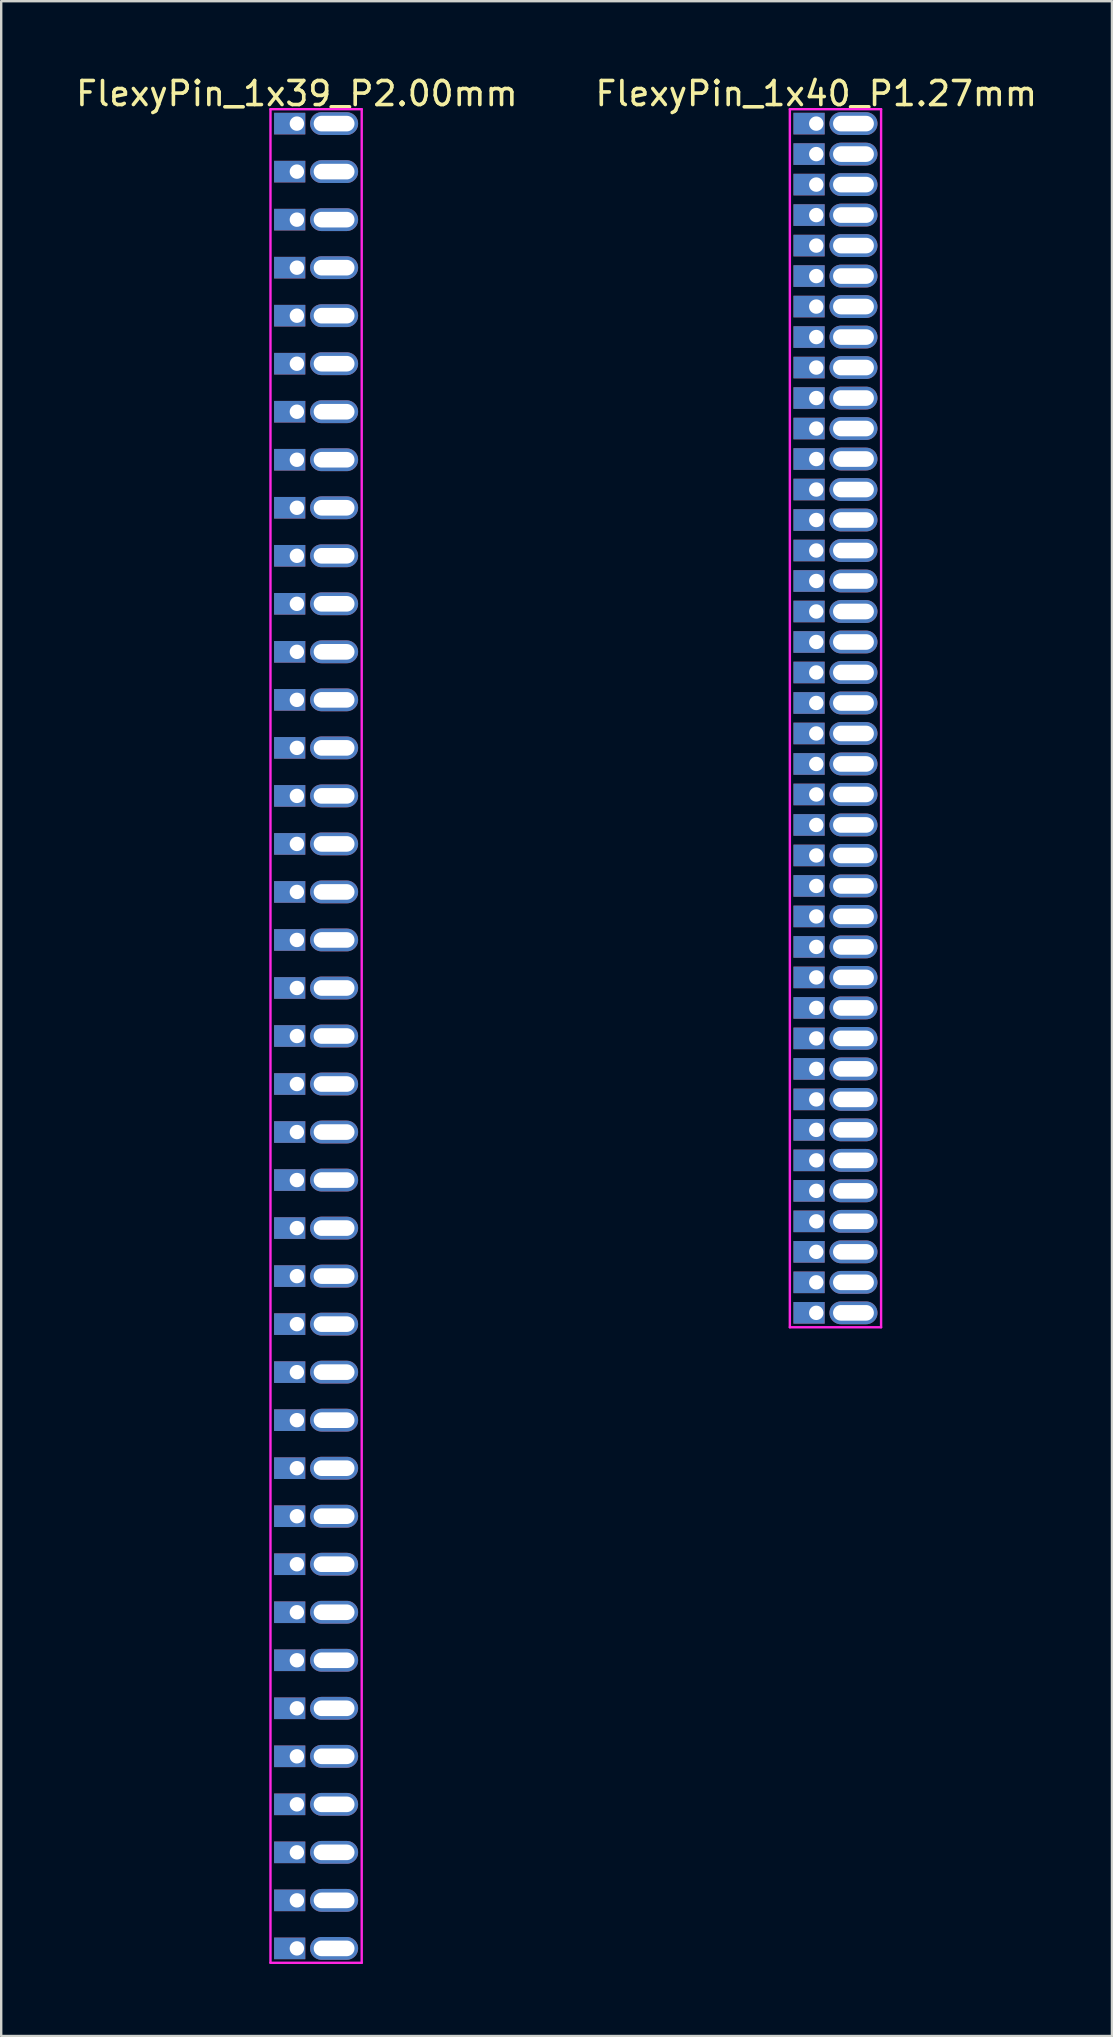
<source format=kicad_pcb>
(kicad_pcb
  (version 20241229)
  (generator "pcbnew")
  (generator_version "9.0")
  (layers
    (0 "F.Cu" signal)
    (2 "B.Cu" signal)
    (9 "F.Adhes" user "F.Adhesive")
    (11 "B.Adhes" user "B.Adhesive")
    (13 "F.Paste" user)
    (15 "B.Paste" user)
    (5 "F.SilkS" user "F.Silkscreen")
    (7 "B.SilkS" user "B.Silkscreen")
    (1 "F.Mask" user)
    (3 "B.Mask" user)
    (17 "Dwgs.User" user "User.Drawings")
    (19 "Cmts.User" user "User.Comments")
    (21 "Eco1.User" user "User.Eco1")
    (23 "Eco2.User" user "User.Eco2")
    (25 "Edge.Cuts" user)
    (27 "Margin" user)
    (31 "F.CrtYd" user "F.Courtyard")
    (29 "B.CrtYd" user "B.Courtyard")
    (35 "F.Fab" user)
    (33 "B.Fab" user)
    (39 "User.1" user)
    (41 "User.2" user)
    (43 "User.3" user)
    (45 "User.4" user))
  (footprint "FlexyPin_1x39_P2.00mm"
    (layer "F.Cu")
    (at 9.315 2.098)
    (property "Reference" "FlexyPin_1x39_P2.00mm" (at 0 -1.25 0) (layer "F.SilkS") (effects (font (size 1 1) (thickness 0.15))))
    (attr through_hole)
    (fp_line (start -1.1 -0.6) (end 2.7 -0.6) (stroke (width 0.1) (type solid)) (layer "F.CrtYd"))
    (fp_line (start -1.1 76.6) (end -1.1 -0.6) (stroke (width 0.1) (type solid)) (layer "F.CrtYd"))
    (fp_line (start 2.7 -0.6) (end 2.7 76.6) (stroke (width 0.1) (type solid)) (layer "F.CrtYd"))
    (fp_line (start 2.7 76.6) (end -1.1 76.6) (stroke (width 0.1) (type solid)) (layer "F.CrtYd"))
    (pad "" thru_hole oval (at 1.55 0) (size 2 0.95) (drill oval 1.7 0.65) (layers "*.Cu" "*.Mask"))
    (pad "" thru_hole oval (at 1.55 2) (size 2 0.95) (drill oval 1.7 0.65) (layers "*.Cu" "*.Mask"))
    (pad "" thru_hole oval (at 1.55 4) (size 2 0.95) (drill oval 1.7 0.65) (layers "*.Cu" "*.Mask"))
    (pad "" thru_hole oval (at 1.55 6) (size 2 0.95) (drill oval 1.7 0.65) (layers "*.Cu" "*.Mask"))
    (pad "" thru_hole oval (at 1.55 8) (size 2 0.95) (drill oval 1.7 0.65) (layers "*.Cu" "*.Mask"))
    (pad "" thru_hole oval (at 1.55 10) (size 2 0.95) (drill oval 1.7 0.65) (layers "*.Cu" "*.Mask"))
    (pad "" thru_hole oval (at 1.55 12) (size 2 0.95) (drill oval 1.7 0.65) (layers "*.Cu" "*.Mask"))
    (pad "" thru_hole oval (at 1.55 14) (size 2 0.95) (drill oval 1.7 0.65) (layers "*.Cu" "*.Mask"))
    (pad "" thru_hole oval (at 1.55 16) (size 2 0.95) (drill oval 1.7 0.65) (layers "*.Cu" "*.Mask"))
    (pad "" thru_hole oval (at 1.55 18) (size 2 0.95) (drill oval 1.7 0.65) (layers "*.Cu" "*.Mask"))
    (pad "" thru_hole oval (at 1.55 20) (size 2 0.95) (drill oval 1.7 0.65) (layers "*.Cu" "*.Mask"))
    (pad "" thru_hole oval (at 1.55 22) (size 2 0.95) (drill oval 1.7 0.65) (layers "*.Cu" "*.Mask"))
    (pad "" thru_hole oval (at 1.55 24) (size 2 0.95) (drill oval 1.7 0.65) (layers "*.Cu" "*.Mask"))
    (pad "" thru_hole oval (at 1.55 26) (size 2 0.95) (drill oval 1.7 0.65) (layers "*.Cu" "*.Mask"))
    (pad "" thru_hole oval (at 1.55 28) (size 2 0.95) (drill oval 1.7 0.65) (layers "*.Cu" "*.Mask"))
    (pad "" thru_hole oval (at 1.55 30) (size 2 0.95) (drill oval 1.7 0.65) (layers "*.Cu" "*.Mask"))
    (pad "" thru_hole oval (at 1.55 32) (size 2 0.95) (drill oval 1.7 0.65) (layers "*.Cu" "*.Mask"))
    (pad "" thru_hole oval (at 1.55 34) (size 2 0.95) (drill oval 1.7 0.65) (layers "*.Cu" "*.Mask"))
    (pad "" thru_hole oval (at 1.55 36) (size 2 0.95) (drill oval 1.7 0.65) (layers "*.Cu" "*.Mask"))
    (pad "" thru_hole oval (at 1.55 38) (size 2 0.95) (drill oval 1.7 0.65) (layers "*.Cu" "*.Mask"))
    (pad "" thru_hole oval (at 1.55 40) (size 2 0.95) (drill oval 1.7 0.65) (layers "*.Cu" "*.Mask"))
    (pad "" thru_hole oval (at 1.55 42) (size 2 0.95) (drill oval 1.7 0.65) (layers "*.Cu" "*.Mask"))
    (pad "" thru_hole oval (at 1.55 44) (size 2 0.95) (drill oval 1.7 0.65) (layers "*.Cu" "*.Mask"))
    (pad "" thru_hole oval (at 1.55 46) (size 2 0.95) (drill oval 1.7 0.65) (layers "*.Cu" "*.Mask"))
    (pad "" thru_hole oval (at 1.55 48) (size 2 0.95) (drill oval 1.7 0.65) (layers "*.Cu" "*.Mask"))
    (pad "" thru_hole oval (at 1.55 50) (size 2 0.95) (drill oval 1.7 0.65) (layers "*.Cu" "*.Mask"))
    (pad "" thru_hole oval (at 1.55 52) (size 2 0.95) (drill oval 1.7 0.65) (layers "*.Cu" "*.Mask"))
    (pad "" thru_hole oval (at 1.55 54) (size 2 0.95) (drill oval 1.7 0.65) (layers "*.Cu" "*.Mask"))
    (pad "" thru_hole oval (at 1.55 56) (size 2 0.95) (drill oval 1.7 0.65) (layers "*.Cu" "*.Mask"))
    (pad "" thru_hole oval (at 1.55 58) (size 2 0.95) (drill oval 1.7 0.65) (layers "*.Cu" "*.Mask"))
    (pad "" thru_hole oval (at 1.55 60) (size 2 0.95) (drill oval 1.7 0.65) (layers "*.Cu" "*.Mask"))
    (pad "" thru_hole oval (at 1.55 62) (size 2 0.95) (drill oval 1.7 0.65) (layers "*.Cu" "*.Mask"))
    (pad "" thru_hole oval (at 1.55 64) (size 2 0.95) (drill oval 1.7 0.65) (layers "*.Cu" "*.Mask"))
    (pad "" thru_hole oval (at 1.55 66) (size 2 0.95) (drill oval 1.7 0.65) (layers "*.Cu" "*.Mask"))
    (pad "" thru_hole oval (at 1.55 68) (size 2 0.95) (drill oval 1.7 0.65) (layers "*.Cu" "*.Mask"))
    (pad "" thru_hole oval (at 1.55 70) (size 2 0.95) (drill oval 1.7 0.65) (layers "*.Cu" "*.Mask"))
    (pad "" thru_hole oval (at 1.55 72) (size 2 0.95) (drill oval 1.7 0.65) (layers "*.Cu" "*.Mask"))
    (pad "" thru_hole oval (at 1.55 74) (size 2 0.95) (drill oval 1.7 0.65) (layers "*.Cu" "*.Mask"))
    (pad "" thru_hole oval (at 1.55 76) (size 2 0.95) (drill oval 1.7 0.65) (layers "*.Cu" "*.Mask"))
    (pad "1" thru_hole rect (at 0 0) (size 1.3 0.9) (drill 0.6 (offset -0.3 0)) (layers "*.Cu" "*.Mask"))
    (pad "2" thru_hole rect (at 0 2) (size 1.3 0.9) (drill 0.6 (offset -0.3 0)) (layers "*.Cu" "*.Mask"))
    (pad "3" thru_hole rect (at 0 4) (size 1.3 0.9) (drill 0.6 (offset -0.3 0)) (layers "*.Cu" "*.Mask"))
    (pad "4" thru_hole rect (at 0 6) (size 1.3 0.9) (drill 0.6 (offset -0.3 0)) (layers "*.Cu" "*.Mask"))
    (pad "5" thru_hole rect (at 0 8) (size 1.3 0.9) (drill 0.6 (offset -0.3 0)) (layers "*.Cu" "*.Mask"))
    (pad "6" thru_hole rect (at 0 10) (size 1.3 0.9) (drill 0.6 (offset -0.3 0)) (layers "*.Cu" "*.Mask"))
    (pad "7" thru_hole rect (at 0 12) (size 1.3 0.9) (drill 0.6 (offset -0.3 0)) (layers "*.Cu" "*.Mask"))
    (pad "8" thru_hole rect (at 0 14) (size 1.3 0.9) (drill 0.6 (offset -0.3 0)) (layers "*.Cu" "*.Mask"))
    (pad "9" thru_hole rect (at 0 16) (size 1.3 0.9) (drill 0.6 (offset -0.3 0)) (layers "*.Cu" "*.Mask"))
    (pad "10" thru_hole rect (at 0 18) (size 1.3 0.9) (drill 0.6 (offset -0.3 0)) (layers "*.Cu" "*.Mask"))
    (pad "11" thru_hole rect (at 0 20) (size 1.3 0.9) (drill 0.6 (offset -0.3 0)) (layers "*.Cu" "*.Mask"))
    (pad "12" thru_hole rect (at 0 22) (size 1.3 0.9) (drill 0.6 (offset -0.3 0)) (layers "*.Cu" "*.Mask"))
    (pad "13" thru_hole rect (at 0 24) (size 1.3 0.9) (drill 0.6 (offset -0.3 0)) (layers "*.Cu" "*.Mask"))
    (pad "14" thru_hole rect (at 0 26) (size 1.3 0.9) (drill 0.6 (offset -0.3 0)) (layers "*.Cu" "*.Mask"))
    (pad "15" thru_hole rect (at 0 28) (size 1.3 0.9) (drill 0.6 (offset -0.3 0)) (layers "*.Cu" "*.Mask"))
    (pad "16" thru_hole rect (at 0 30) (size 1.3 0.9) (drill 0.6 (offset -0.3 0)) (layers "*.Cu" "*.Mask"))
    (pad "17" thru_hole rect (at 0 32) (size 1.3 0.9) (drill 0.6 (offset -0.3 0)) (layers "*.Cu" "*.Mask"))
    (pad "18" thru_hole rect (at 0 34) (size 1.3 0.9) (drill 0.6 (offset -0.3 0)) (layers "*.Cu" "*.Mask"))
    (pad "19" thru_hole rect (at 0 36) (size 1.3 0.9) (drill 0.6 (offset -0.3 0)) (layers "*.Cu" "*.Mask"))
    (pad "20" thru_hole rect (at 0 38) (size 1.3 0.9) (drill 0.6 (offset -0.3 0)) (layers "*.Cu" "*.Mask"))
    (pad "21" thru_hole rect (at 0 40) (size 1.3 0.9) (drill 0.6 (offset -0.3 0)) (layers "*.Cu" "*.Mask"))
    (pad "22" thru_hole rect (at 0 42) (size 1.3 0.9) (drill 0.6 (offset -0.3 0)) (layers "*.Cu" "*.Mask"))
    (pad "23" thru_hole rect (at 0 44) (size 1.3 0.9) (drill 0.6 (offset -0.3 0)) (layers "*.Cu" "*.Mask"))
    (pad "24" thru_hole rect (at 0 46) (size 1.3 0.9) (drill 0.6 (offset -0.3 0)) (layers "*.Cu" "*.Mask"))
    (pad "25" thru_hole rect (at 0 48) (size 1.3 0.9) (drill 0.6 (offset -0.3 0)) (layers "*.Cu" "*.Mask"))
    (pad "26" thru_hole rect (at 0 50) (size 1.3 0.9) (drill 0.6 (offset -0.3 0)) (layers "*.Cu" "*.Mask"))
    (pad "27" thru_hole rect (at 0 52) (size 1.3 0.9) (drill 0.6 (offset -0.3 0)) (layers "*.Cu" "*.Mask"))
    (pad "28" thru_hole rect (at 0 54) (size 1.3 0.9) (drill 0.6 (offset -0.3 0)) (layers "*.Cu" "*.Mask"))
    (pad "29" thru_hole rect (at 0 56) (size 1.3 0.9) (drill 0.6 (offset -0.3 0)) (layers "*.Cu" "*.Mask"))
    (pad "30" thru_hole rect (at 0 58) (size 1.3 0.9) (drill 0.6 (offset -0.3 0)) (layers "*.Cu" "*.Mask"))
    (pad "31" thru_hole rect (at 0 60) (size 1.3 0.9) (drill 0.6 (offset -0.3 0)) (layers "*.Cu" "*.Mask"))
    (pad "32" thru_hole rect (at 0 62) (size 1.3 0.9) (drill 0.6 (offset -0.3 0)) (layers "*.Cu" "*.Mask"))
    (pad "33" thru_hole rect (at 0 64) (size 1.3 0.9) (drill 0.6 (offset -0.3 0)) (layers "*.Cu" "*.Mask"))
    (pad "34" thru_hole rect (at 0 66) (size 1.3 0.9) (drill 0.6 (offset -0.3 0)) (layers "*.Cu" "*.Mask"))
    (pad "35" thru_hole rect (at 0 68) (size 1.3 0.9) (drill 0.6 (offset -0.3 0)) (layers "*.Cu" "*.Mask"))
    (pad "36" thru_hole rect (at 0 70) (size 1.3 0.9) (drill 0.6 (offset -0.3 0)) (layers "*.Cu" "*.Mask"))
    (pad "37" thru_hole rect (at 0 72) (size 1.3 0.9) (drill 0.6 (offset -0.3 0)) (layers "*.Cu" "*.Mask"))
    (pad "38" thru_hole rect (at 0 74) (size 1.3 0.9) (drill 0.6 (offset -0.3 0)) (layers "*.Cu" "*.Mask"))
    (pad "39" thru_hole rect (at 0 76) (size 1.3 0.9) (drill 0.6 (offset -0.3 0)) (layers "*.Cu" "*.Mask")))
  (footprint "FlexyPin_1x40_P1.27mm"
    (layer "F.Cu")
    (at 30.946 2.098)
    (property "Reference" "FlexyPin_1x40_P1.27mm" (at 0 -1.25 0) (layer "F.SilkS") (effects (font (size 1 1) (thickness 0.15))))
    (attr through_hole)
    (fp_line (start -1.1 -0.6) (end 2.7 -0.6) (stroke (width 0.1) (type solid)) (layer "F.CrtYd"))
    (fp_line (start -1.1 50.13) (end -1.1 -0.6) (stroke (width 0.1) (type solid)) (layer "F.CrtYd"))
    (fp_line (start 2.7 -0.6) (end 2.7 50.13) (stroke (width 0.1) (type solid)) (layer "F.CrtYd"))
    (fp_line (start 2.7 50.13) (end -1.1 50.13) (stroke (width 0.1) (type solid)) (layer "F.CrtYd"))
    (pad "" thru_hole oval (at 1.55 0) (size 2 0.95) (drill oval 1.7 0.65) (layers "*.Cu" "*.Mask"))
    (pad "" thru_hole oval (at 1.55 1.27) (size 2 0.95) (drill oval 1.7 0.65) (layers "*.Cu" "*.Mask"))
    (pad "" thru_hole oval (at 1.55 2.54) (size 2 0.95) (drill oval 1.7 0.65) (layers "*.Cu" "*.Mask"))
    (pad "" thru_hole oval (at 1.55 3.81) (size 2 0.95) (drill oval 1.7 0.65) (layers "*.Cu" "*.Mask"))
    (pad "" thru_hole oval (at 1.55 5.08) (size 2 0.95) (drill oval 1.7 0.65) (layers "*.Cu" "*.Mask"))
    (pad "" thru_hole oval (at 1.55 6.35) (size 2 0.95) (drill oval 1.7 0.65) (layers "*.Cu" "*.Mask"))
    (pad "" thru_hole oval (at 1.55 7.62) (size 2 0.95) (drill oval 1.7 0.65) (layers "*.Cu" "*.Mask"))
    (pad "" thru_hole oval (at 1.55 8.89) (size 2 0.95) (drill oval 1.7 0.65) (layers "*.Cu" "*.Mask"))
    (pad "" thru_hole oval (at 1.55 10.16) (size 2 0.95) (drill oval 1.7 0.65) (layers "*.Cu" "*.Mask"))
    (pad "" thru_hole oval (at 1.55 11.43) (size 2 0.95) (drill oval 1.7 0.65) (layers "*.Cu" "*.Mask"))
    (pad "" thru_hole oval (at 1.55 12.7) (size 2 0.95) (drill oval 1.7 0.65) (layers "*.Cu" "*.Mask"))
    (pad "" thru_hole oval (at 1.55 13.97) (size 2 0.95) (drill oval 1.7 0.65) (layers "*.Cu" "*.Mask"))
    (pad "" thru_hole oval (at 1.55 15.24) (size 2 0.95) (drill oval 1.7 0.65) (layers "*.Cu" "*.Mask"))
    (pad "" thru_hole oval (at 1.55 16.51) (size 2 0.95) (drill oval 1.7 0.65) (layers "*.Cu" "*.Mask"))
    (pad "" thru_hole oval (at 1.55 17.78) (size 2 0.95) (drill oval 1.7 0.65) (layers "*.Cu" "*.Mask"))
    (pad "" thru_hole oval (at 1.55 19.05) (size 2 0.95) (drill oval 1.7 0.65) (layers "*.Cu" "*.Mask"))
    (pad "" thru_hole oval (at 1.55 20.32) (size 2 0.95) (drill oval 1.7 0.65) (layers "*.Cu" "*.Mask"))
    (pad "" thru_hole oval (at 1.55 21.59) (size 2 0.95) (drill oval 1.7 0.65) (layers "*.Cu" "*.Mask"))
    (pad "" thru_hole oval (at 1.55 22.86) (size 2 0.95) (drill oval 1.7 0.65) (layers "*.Cu" "*.Mask"))
    (pad "" thru_hole oval (at 1.55 24.13) (size 2 0.95) (drill oval 1.7 0.65) (layers "*.Cu" "*.Mask"))
    (pad "" thru_hole oval (at 1.55 25.4) (size 2 0.95) (drill oval 1.7 0.65) (layers "*.Cu" "*.Mask"))
    (pad "" thru_hole oval (at 1.55 26.67) (size 2 0.95) (drill oval 1.7 0.65) (layers "*.Cu" "*.Mask"))
    (pad "" thru_hole oval (at 1.55 27.94) (size 2 0.95) (drill oval 1.7 0.65) (layers "*.Cu" "*.Mask"))
    (pad "" thru_hole oval (at 1.55 29.21) (size 2 0.95) (drill oval 1.7 0.65) (layers "*.Cu" "*.Mask"))
    (pad "" thru_hole oval (at 1.55 30.48) (size 2 0.95) (drill oval 1.7 0.65) (layers "*.Cu" "*.Mask"))
    (pad "" thru_hole oval (at 1.55 31.75) (size 2 0.95) (drill oval 1.7 0.65) (layers "*.Cu" "*.Mask"))
    (pad "" thru_hole oval (at 1.55 33.02) (size 2 0.95) (drill oval 1.7 0.65) (layers "*.Cu" "*.Mask"))
    (pad "" thru_hole oval (at 1.55 34.29) (size 2 0.95) (drill oval 1.7 0.65) (layers "*.Cu" "*.Mask"))
    (pad "" thru_hole oval (at 1.55 35.56) (size 2 0.95) (drill oval 1.7 0.65) (layers "*.Cu" "*.Mask"))
    (pad "" thru_hole oval (at 1.55 36.83) (size 2 0.95) (drill oval 1.7 0.65) (layers "*.Cu" "*.Mask"))
    (pad "" thru_hole oval (at 1.55 38.1) (size 2 0.95) (drill oval 1.7 0.65) (layers "*.Cu" "*.Mask"))
    (pad "" thru_hole oval (at 1.55 39.37) (size 2 0.95) (drill oval 1.7 0.65) (layers "*.Cu" "*.Mask"))
    (pad "" thru_hole oval (at 1.55 40.64) (size 2 0.95) (drill oval 1.7 0.65) (layers "*.Cu" "*.Mask"))
    (pad "" thru_hole oval (at 1.55 41.91) (size 2 0.95) (drill oval 1.7 0.65) (layers "*.Cu" "*.Mask"))
    (pad "" thru_hole oval (at 1.55 43.18) (size 2 0.95) (drill oval 1.7 0.65) (layers "*.Cu" "*.Mask"))
    (pad "" thru_hole oval (at 1.55 44.45) (size 2 0.95) (drill oval 1.7 0.65) (layers "*.Cu" "*.Mask"))
    (pad "" thru_hole oval (at 1.55 45.72) (size 2 0.95) (drill oval 1.7 0.65) (layers "*.Cu" "*.Mask"))
    (pad "" thru_hole oval (at 1.55 46.99) (size 2 0.95) (drill oval 1.7 0.65) (layers "*.Cu" "*.Mask"))
    (pad "" thru_hole oval (at 1.55 48.26) (size 2 0.95) (drill oval 1.7 0.65) (layers "*.Cu" "*.Mask"))
    (pad "" thru_hole oval (at 1.55 49.53) (size 2 0.95) (drill oval 1.7 0.65) (layers "*.Cu" "*.Mask"))
    (pad "1" thru_hole rect (at 0 0) (size 1.3 0.9) (drill 0.6 (offset -0.3 0)) (layers "*.Cu" "*.Mask"))
    (pad "2" thru_hole rect (at 0 1.27) (size 1.3 0.9) (drill 0.6 (offset -0.3 0)) (layers "*.Cu" "*.Mask"))
    (pad "3" thru_hole rect (at 0 2.54) (size 1.3 0.9) (drill 0.6 (offset -0.3 0)) (layers "*.Cu" "*.Mask"))
    (pad "4" thru_hole rect (at 0 3.81) (size 1.3 0.9) (drill 0.6 (offset -0.3 0)) (layers "*.Cu" "*.Mask"))
    (pad "5" thru_hole rect (at 0 5.08) (size 1.3 0.9) (drill 0.6 (offset -0.3 0)) (layers "*.Cu" "*.Mask"))
    (pad "6" thru_hole rect (at 0 6.35) (size 1.3 0.9) (drill 0.6 (offset -0.3 0)) (layers "*.Cu" "*.Mask"))
    (pad "7" thru_hole rect (at 0 7.62) (size 1.3 0.9) (drill 0.6 (offset -0.3 0)) (layers "*.Cu" "*.Mask"))
    (pad "8" thru_hole rect (at 0 8.89) (size 1.3 0.9) (drill 0.6 (offset -0.3 0)) (layers "*.Cu" "*.Mask"))
    (pad "9" thru_hole rect (at 0 10.16) (size 1.3 0.9) (drill 0.6 (offset -0.3 0)) (layers "*.Cu" "*.Mask"))
    (pad "10" thru_hole rect (at 0 11.43) (size 1.3 0.9) (drill 0.6 (offset -0.3 0)) (layers "*.Cu" "*.Mask"))
    (pad "11" thru_hole rect (at 0 12.7) (size 1.3 0.9) (drill 0.6 (offset -0.3 0)) (layers "*.Cu" "*.Mask"))
    (pad "12" thru_hole rect (at 0 13.97) (size 1.3 0.9) (drill 0.6 (offset -0.3 0)) (layers "*.Cu" "*.Mask"))
    (pad "13" thru_hole rect (at 0 15.24) (size 1.3 0.9) (drill 0.6 (offset -0.3 0)) (layers "*.Cu" "*.Mask"))
    (pad "14" thru_hole rect (at 0 16.51) (size 1.3 0.9) (drill 0.6 (offset -0.3 0)) (layers "*.Cu" "*.Mask"))
    (pad "15" thru_hole rect (at 0 17.78) (size 1.3 0.9) (drill 0.6 (offset -0.3 0)) (layers "*.Cu" "*.Mask"))
    (pad "16" thru_hole rect (at 0 19.05) (size 1.3 0.9) (drill 0.6 (offset -0.3 0)) (layers "*.Cu" "*.Mask"))
    (pad "17" thru_hole rect (at 0 20.32) (size 1.3 0.9) (drill 0.6 (offset -0.3 0)) (layers "*.Cu" "*.Mask"))
    (pad "18" thru_hole rect (at 0 21.59) (size 1.3 0.9) (drill 0.6 (offset -0.3 0)) (layers "*.Cu" "*.Mask"))
    (pad "19" thru_hole rect (at 0 22.86) (size 1.3 0.9) (drill 0.6 (offset -0.3 0)) (layers "*.Cu" "*.Mask"))
    (pad "20" thru_hole rect (at 0 24.13) (size 1.3 0.9) (drill 0.6 (offset -0.3 0)) (layers "*.Cu" "*.Mask"))
    (pad "21" thru_hole rect (at 0 25.4) (size 1.3 0.9) (drill 0.6 (offset -0.3 0)) (layers "*.Cu" "*.Mask"))
    (pad "22" thru_hole rect (at 0 26.67) (size 1.3 0.9) (drill 0.6 (offset -0.3 0)) (layers "*.Cu" "*.Mask"))
    (pad "23" thru_hole rect (at 0 27.94) (size 1.3 0.9) (drill 0.6 (offset -0.3 0)) (layers "*.Cu" "*.Mask"))
    (pad "24" thru_hole rect (at 0 29.21) (size 1.3 0.9) (drill 0.6 (offset -0.3 0)) (layers "*.Cu" "*.Mask"))
    (pad "25" thru_hole rect (at 0 30.48) (size 1.3 0.9) (drill 0.6 (offset -0.3 0)) (layers "*.Cu" "*.Mask"))
    (pad "26" thru_hole rect (at 0 31.75) (size 1.3 0.9) (drill 0.6 (offset -0.3 0)) (layers "*.Cu" "*.Mask"))
    (pad "27" thru_hole rect (at 0 33.02) (size 1.3 0.9) (drill 0.6 (offset -0.3 0)) (layers "*.Cu" "*.Mask"))
    (pad "28" thru_hole rect (at 0 34.29) (size 1.3 0.9) (drill 0.6 (offset -0.3 0)) (layers "*.Cu" "*.Mask"))
    (pad "29" thru_hole rect (at 0 35.56) (size 1.3 0.9) (drill 0.6 (offset -0.3 0)) (layers "*.Cu" "*.Mask"))
    (pad "30" thru_hole rect (at 0 36.83) (size 1.3 0.9) (drill 0.6 (offset -0.3 0)) (layers "*.Cu" "*.Mask"))
    (pad "31" thru_hole rect (at 0 38.1) (size 1.3 0.9) (drill 0.6 (offset -0.3 0)) (layers "*.Cu" "*.Mask"))
    (pad "32" thru_hole rect (at 0 39.37) (size 1.3 0.9) (drill 0.6 (offset -0.3 0)) (layers "*.Cu" "*.Mask"))
    (pad "33" thru_hole rect (at 0 40.64) (size 1.3 0.9) (drill 0.6 (offset -0.3 0)) (layers "*.Cu" "*.Mask"))
    (pad "34" thru_hole rect (at 0 41.91) (size 1.3 0.9) (drill 0.6 (offset -0.3 0)) (layers "*.Cu" "*.Mask"))
    (pad "35" thru_hole rect (at 0 43.18) (size 1.3 0.9) (drill 0.6 (offset -0.3 0)) (layers "*.Cu" "*.Mask"))
    (pad "36" thru_hole rect (at 0 44.45) (size 1.3 0.9) (drill 0.6 (offset -0.3 0)) (layers "*.Cu" "*.Mask"))
    (pad "37" thru_hole rect (at 0 45.72) (size 1.3 0.9) (drill 0.6 (offset -0.3 0)) (layers "*.Cu" "*.Mask"))
    (pad "38" thru_hole rect (at 0 46.99) (size 1.3 0.9) (drill 0.6 (offset -0.3 0)) (layers "*.Cu" "*.Mask"))
    (pad "39" thru_hole rect (at 0 48.26) (size 1.3 0.9) (drill 0.6 (offset -0.3 0)) (layers "*.Cu" "*.Mask"))
    (pad "40" thru_hole rect (at 0 49.53) (size 1.3 0.9) (drill 0.6 (offset -0.3 0)) (layers "*.Cu" "*.Mask")))
  (gr_rect
    (start -3 -3)
    (end 43.262 81.748)
    (stroke (width 0.1) (type default))
    (fill no)
    (layer "Edge.Cuts")))
</source>
